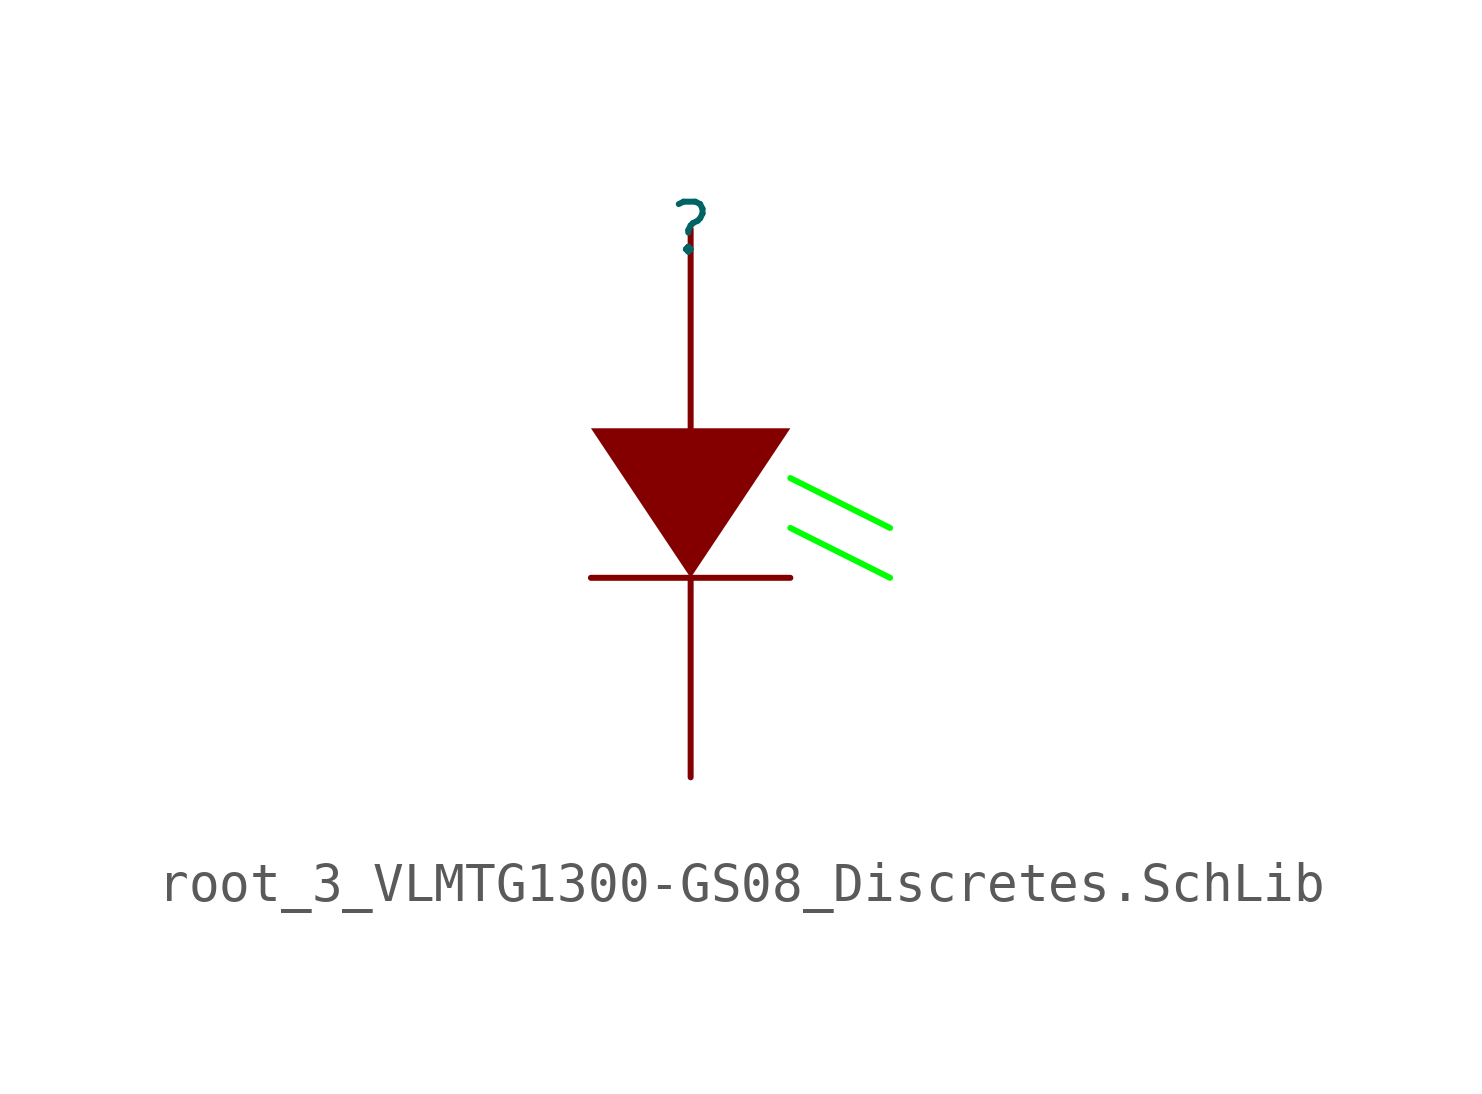
<source format=kicad_sym>
(kicad_symbol_lib
  (version 20241209)
  (generator "kicad_symbol_editor")
  (generator_version "9.0")
  (symbol "root_3_VLMTG1300-GS08_Discretes.SchLib"
    (pin_numbers
      (hide yes))
    (pin_names
      (hide yes))
    (property "Reference" ""
      (at 0 0 0)
      (effects (font (size 1.27 1.27))))
    (property "Value" ""
      (at 0 0 0)
      (effects (font (size 1.27 1.27))))
    (symbol "root_3_VLMTG1300-GS08_Discretes.SchLib_1_0"
      (polyline (pts (xy -2.54 -5.08) (xy 2.54 -5.08) (xy 0 -8.89) (xy -2.54 -5.08)) (stroke (width -0.0001) (type solid)) (fill (type outline)))
      (polyline (pts (xy 2.54 -6.35) (xy 5.08 -7.62)) (stroke (width 0) (type solid) (color 0 255 0 1)) (fill (type none)))
      (polyline (pts (xy 2.54 -7.62) (xy 5.08 -8.89)) (stroke (width 0) (type solid) (color 0 255 0 1)) (fill (type none)))
      (polyline (pts (xy 2.54 -8.89) (xy -2.54 -8.89)) (stroke (width 0) (type solid)) (fill (type none)))
      (pin passive line (at 0 0 270) (length 5.08) (name "A" (effects (font (size 1.27 1.27)))) (number "1" (effects (font (size 1.27 1.27)))))
      (pin passive line (at 0 -13.97 90) (length 5.08) (name "K" (effects (font (size 1.27 1.27)))) (number "2" (effects (font (size 1.27 1.27))))))))
</source>
